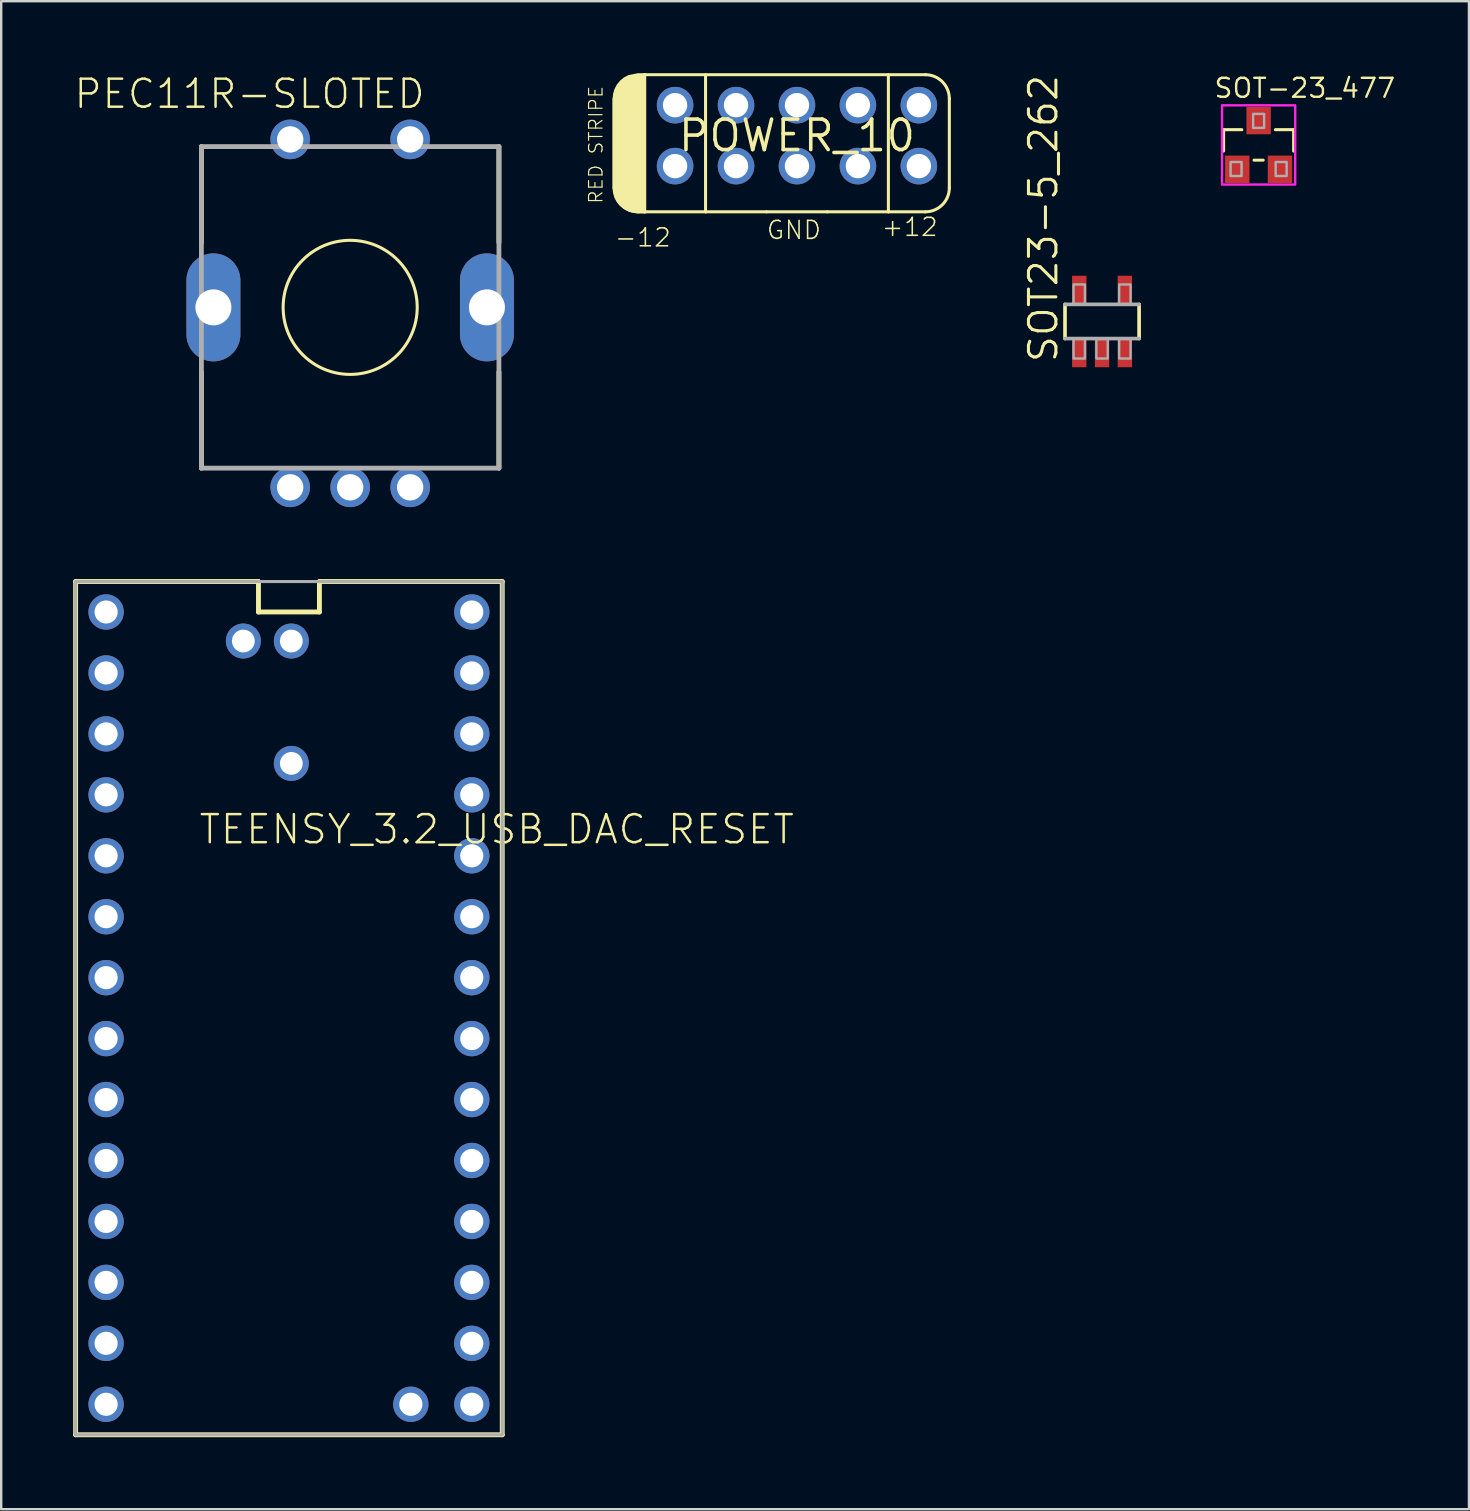
<source format=kicad_pcb>
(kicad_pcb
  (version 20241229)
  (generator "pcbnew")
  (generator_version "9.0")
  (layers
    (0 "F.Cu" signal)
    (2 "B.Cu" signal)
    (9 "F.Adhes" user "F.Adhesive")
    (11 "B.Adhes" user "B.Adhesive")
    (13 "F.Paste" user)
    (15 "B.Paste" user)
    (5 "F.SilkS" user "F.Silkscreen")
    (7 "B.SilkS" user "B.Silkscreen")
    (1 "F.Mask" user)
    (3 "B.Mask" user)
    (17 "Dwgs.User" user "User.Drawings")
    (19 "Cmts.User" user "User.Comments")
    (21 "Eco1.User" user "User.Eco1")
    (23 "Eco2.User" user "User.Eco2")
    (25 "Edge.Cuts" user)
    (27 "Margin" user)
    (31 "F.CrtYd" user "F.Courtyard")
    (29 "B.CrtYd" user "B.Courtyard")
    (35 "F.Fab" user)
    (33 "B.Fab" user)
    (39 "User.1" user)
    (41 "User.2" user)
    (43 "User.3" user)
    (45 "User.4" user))
  (footprint "SOT23-5_262"
    (layer "F.Cu")
    (at 42.88 10.349)
    (property "Reference" "SOT23-5_262" (at -1.778 1.778 90) (unlocked yes) (layer "F.SilkS") (effects (font (size 1.143 1.143) (thickness 0.127)) (justify left bottom)))
    (fp_line (start -1.544 0.712) (end -1.544 -0.713) (stroke (width 0.152) (type solid)) (layer "F.SilkS"))
    (fp_line (start 1.544 -0.713) (end 1.544 0.712) (stroke (width 0.152) (type solid)) (layer "F.SilkS"))
    (fp_line (start -1.544 -0.713) (end 1.544 -0.713) (stroke (width 0.152) (type solid)) (layer "F.Fab"))
    (fp_line (start 1.544 0.712) (end -1.544 0.712) (stroke (width 0.152) (type solid)) (layer "F.Fab"))
    (fp_poly (pts (xy -1.188 -0.713) (xy -0.713 -0.713) (xy -0.713 -1.544) (xy -1.188 -1.544)) (stroke (width 0.1) (type default)) (fill no) (layer "F.Fab"))
    (fp_poly (pts (xy -1.188 1.544) (xy -0.713 1.544) (xy -0.713 0.712) (xy -1.188 0.712)) (stroke (width 0.1) (type default)) (fill no) (layer "F.Fab"))
    (fp_poly (pts (xy -0.237 1.544) (xy 0.237 1.544) (xy 0.237 0.712) (xy -0.237 0.712)) (stroke (width 0.1) (type default)) (fill no) (layer "F.Fab"))
    (fp_poly (pts (xy 0.713 -0.713) (xy 1.188 -0.713) (xy 1.188 -1.544) (xy 0.713 -1.544)) (stroke (width 0.1) (type default)) (fill no) (layer "F.Fab"))
    (fp_poly (pts (xy 0.713 1.544) (xy 1.188 1.544) (xy 1.188 0.712) (xy 0.713 0.712)) (stroke (width 0.1) (type default)) (fill no) (layer "F.Fab"))
    (pad "1" smd rect (at -0.95 1.306) (size 0.6 1.2) (layers "F.Cu" "F.Mask" "F.Paste"))
    (pad "2" smd rect (at 0 1.306) (size 0.6 1.2) (layers "F.Cu" "F.Mask" "F.Paste"))
    (pad "3" smd rect (at 0.95 1.306) (size 0.6 1.2) (layers "F.Cu" "F.Mask" "F.Paste"))
    (pad "4" smd rect (at 0.95 -1.306) (size 0.6 1.2) (layers "F.Cu" "F.Mask" "F.Paste"))
    (pad "5" smd rect (at -0.95 -1.306) (size 0.6 1.2) (layers "F.Cu" "F.Mask" "F.Paste")))
  (footprint "POWER_10"
    (layer "F.Cu")
    (at 30.165 2.603)
    (property "Reference" "POWER_10" (at 0 0 0) (layer "F.SilkS") (effects (font (size 1.27 1.27) (thickness 0.15))))
    (fp_line (start -7.62 -1.54) (end -7.62 2.175) (stroke (width 0.127) (type solid)) (layer "F.SilkS"))
    (fp_line (start -6.62 3.175) (end -6.35 3.175) (stroke (width 0.127) (type solid)) (layer "F.SilkS"))
    (fp_line (start -6.35 -2.54) (end -6.35 3.175) (stroke (width 0.127) (type solid)) (layer "F.SilkS"))
    (fp_line (start -6.35 -2.54) (end 5.35 -2.54) (stroke (width 0.127) (type solid)) (layer "F.SilkS"))
    (fp_line (start -6.35 3.175) (end -3.81 3.175) (stroke (width 0.127) (type solid)) (layer "F.SilkS"))
    (fp_line (start -3.81 -2.54) (end -3.81 3.175) (stroke (width 0.127) (type solid)) (layer "F.SilkS"))
    (fp_line (start -3.81 3.175) (end -1.27 3.175) (stroke (width 0.127) (type solid)) (layer "F.SilkS"))
    (fp_line (start -1.27 3.175) (end 1.27 3.175) (stroke (width 0.127) (type solid)) (layer "F.SilkS"))
    (fp_line (start 1.27 3.175) (end 3.81 3.175) (stroke (width 0.127) (type solid)) (layer "F.SilkS"))
    (fp_line (start 3.81 3.175) (end 3.81 -2.54) (stroke (width 0.127) (type solid)) (layer "F.SilkS"))
    (fp_line (start 5.35 3.175) (end 3.81 3.175) (stroke (width 0.127) (type solid)) (layer "F.SilkS"))
    (fp_line (start 6.35 -1.54) (end 6.35 2.175) (stroke (width 0.127) (type solid)) (layer "F.SilkS"))
    (fp_arc (start -6.62 3.175) (mid -7.327107 2.882107) (end -7.62 2.175) (stroke (width 0.127) (type solid)) (layer "F.SilkS"))
    (fp_arc (start 5.35 -2.54) (mid 6.057107 -2.247107) (end 6.35 -1.54) (stroke (width 0.127) (type solid)) (layer "F.SilkS"))
    (fp_arc (start 6.35 2.175) (mid 6.057107 2.882107) (end 5.35 3.175) (stroke (width 0.127) (type solid)) (layer "F.SilkS"))
    (fp_poly (pts (xy -6.287 3.239) (xy -6.623 3.239) (xy -6.828 3.218) (xy -7.027 3.158) (xy -7.211 3.06) (xy -7.372 2.927) (xy -7.505 2.766) (xy -7.604 2.579) (xy -7.684 2.181) (xy -7.684 -1.543) (xy -7.663 -1.748) (xy -7.603 -1.947) (xy -7.505 -2.131) (xy -7.372 -2.292) (xy -7.211 -2.425) (xy -7.024 -2.524) (xy -6.626 -2.603) (xy -6.287 -2.603)) (stroke (width 0) (type default)) (fill yes) (layer "F.SilkS"))
    (fp_text user "-12" (at -5.207 3.81 0) (unlocked yes) (layer "F.SilkS") (effects (font (size 0.748 0.748) (thickness 0.065)) (justify right top)))
    (fp_text user "GND" (at -0.127 3.937 0) (unlocked yes) (layer "F.SilkS") (effects (font (size 0.748 0.748) (thickness 0.065))))
    (fp_text user "+12" (at 4.699 3.81 0) (unlocked yes) (layer "F.SilkS") (effects (font (size 0.748 0.748) (thickness 0.065))))
    (fp_text user "RED STRIPE" (at -8.382 0.381 90) (unlocked yes) (layer "F.SilkS") (effects (font (size 0.561 0.561) (thickness 0.049))))
    (pad "1" thru_hole circle (at -5.08 1.27) (size 1.524 1.524) (drill 1.016) (layers "*.Cu" "*.Mask"))
    (pad "2" thru_hole circle (at -5.08 -1.27) (size 1.524 1.524) (drill 1.016) (layers "*.Cu" "*.Mask"))
    (pad "3" thru_hole circle (at -2.54 1.27) (size 1.524 1.524) (drill 1.016) (layers "*.Cu" "*.Mask"))
    (pad "4" thru_hole circle (at -2.54 -1.27) (size 1.524 1.524) (drill 1.016) (layers "*.Cu" "*.Mask"))
    (pad "5" thru_hole circle (at 0 1.27) (size 1.524 1.524) (drill 1.016) (layers "*.Cu" "*.Mask"))
    (pad "6" thru_hole circle (at 0 -1.27) (size 1.524 1.524) (drill 1.016) (layers "*.Cu" "*.Mask"))
    (pad "7" thru_hole circle (at 2.54 1.27) (size 1.524 1.524) (drill 1.016) (layers "*.Cu" "*.Mask"))
    (pad "8" thru_hole circle (at 2.54 -1.27) (size 1.524 1.524) (drill 1.016) (layers "*.Cu" "*.Mask"))
    (pad "9" thru_hole circle (at 5.08 1.27) (size 1.524 1.524) (drill 1.016) (layers "*.Cu" "*.Mask"))
    (pad "10" thru_hole circle (at 5.08 -1.27) (size 1.524 1.524) (drill 1.016) (layers "*.Cu" "*.Mask")))
  (footprint "TEENSY_3.2_USB_DAC_RESET"
    (layer "F.Cu")
    (at 8.992 38.966)
    (property "Reference" "TEENSY_3.2_USB_DAC_RESET" (at -3.81 -6.77 0) (unlocked yes) (layer "F.SilkS") (effects (font (size 1.168 1.168) (thickness 0.102)) (justify left bottom)))
    (fp_line (start -8.89 -17.78) (end -1.27 -17.78) (stroke (width 0.203) (type solid)) (layer "F.SilkS"))
    (fp_line (start -8.89 17.78) (end -8.89 -17.78) (stroke (width 0.203) (type solid)) (layer "F.SilkS"))
    (fp_line (start -1.27 -17.78) (end -1.27 -16.51) (stroke (width 0.203) (type solid)) (layer "F.SilkS"))
    (fp_line (start -1.27 -16.51) (end 1.27 -16.51) (stroke (width 0.203) (type solid)) (layer "F.SilkS"))
    (fp_line (start 1.27 -17.78) (end 8.89 -17.78) (stroke (width 0.203) (type solid)) (layer "F.SilkS"))
    (fp_line (start 1.27 -16.51) (end 1.27 -17.78) (stroke (width 0.203) (type solid)) (layer "F.SilkS"))
    (fp_line (start 8.89 -17.78) (end 8.89 17.78) (stroke (width 0.203) (type solid)) (layer "F.SilkS"))
    (fp_line (start 8.89 17.78) (end -8.89 17.78) (stroke (width 0.203) (type solid)) (layer "F.SilkS"))
    (fp_line (start -8.89 -17.78) (end 8.89 -17.78) (stroke (width 0.127) (type solid)) (layer "F.Fab"))
    (fp_line (start -8.89 17.78) (end -8.89 -17.78) (stroke (width 0.127) (type solid)) (layer "F.Fab"))
    (fp_line (start 8.89 -17.78) (end 8.89 17.78) (stroke (width 0.127) (type solid)) (layer "F.Fab"))
    (fp_line (start 8.89 17.78) (end -8.89 17.78) (stroke (width 0.127) (type solid)) (layer "F.Fab"))
    (pad "0" thru_hole circle (at -7.62 -13.97) (size 1.473 1.473) (drill 0.965) (layers "*.Cu" "*.Mask"))
    (pad "1" thru_hole circle (at -7.62 -11.43) (size 1.473 1.473) (drill 0.965) (layers "*.Cu" "*.Mask"))
    (pad "2" thru_hole circle (at -7.62 -8.89) (size 1.473 1.473) (drill 0.965) (layers "*.Cu" "*.Mask"))
    (pad "3" thru_hole circle (at -7.62 -6.35) (size 1.473 1.473) (drill 0.965) (layers "*.Cu" "*.Mask"))
    (pad "3.3V" thru_hole circle (at 7.62 -11.43) (size 1.473 1.473) (drill 0.965) (layers "*.Cu" "*.Mask"))
    (pad "4" thru_hole circle (at -7.62 -3.81) (size 1.473 1.473) (drill 0.965) (layers "*.Cu" "*.Mask"))
    (pad "5" thru_hole circle (at -7.62 -1.27) (size 1.473 1.473) (drill 0.965) (layers "*.Cu" "*.Mask"))
    (pad "6" thru_hole circle (at -7.62 1.27) (size 1.473 1.473) (drill 0.965) (layers "*.Cu" "*.Mask"))
    (pad "7" thru_hole circle (at -7.62 3.81) (size 1.473 1.473) (drill 0.965) (layers "*.Cu" "*.Mask"))
    (pad "8" thru_hole circle (at -7.62 6.35) (size 1.473 1.473) (drill 0.965) (layers "*.Cu" "*.Mask"))
    (pad "9" thru_hole circle (at -7.62 8.89) (size 1.473 1.473) (drill 0.965) (layers "*.Cu" "*.Mask"))
    (pad "10" thru_hole circle (at -7.62 11.43) (size 1.473 1.473) (drill 0.965) (layers "*.Cu" "*.Mask"))
    (pad "11" thru_hole circle (at -7.62 13.97) (size 1.473 1.473) (drill 0.965) (layers "*.Cu" "*.Mask"))
    (pad "12" thru_hole circle (at -7.62 16.51) (size 1.473 1.473) (drill 0.965) (layers "*.Cu" "*.Mask"))
    (pad "13" thru_hole circle (at 7.62 16.51) (size 1.473 1.473) (drill 0.965) (layers "*.Cu" "*.Mask"))
    (pad "14/A0" thru_hole circle (at 7.62 13.97) (size 1.473 1.473) (drill 0.965) (layers "*.Cu" "*.Mask"))
    (pad "15/A1" thru_hole circle (at 7.62 11.43) (size 1.473 1.473) (drill 0.965) (layers "*.Cu" "*.Mask"))
    (pad "16/A2" thru_hole circle (at 7.62 8.89) (size 1.473 1.473) (drill 0.965) (layers "*.Cu" "*.Mask"))
    (pad "17/A3" thru_hole circle (at 7.62 6.35) (size 1.473 1.473) (drill 0.965) (layers "*.Cu" "*.Mask"))
    (pad "18/A4" thru_hole circle (at 7.62 3.81) (size 1.473 1.473) (drill 0.965) (layers "*.Cu" "*.Mask"))
    (pad "19/A5" thru_hole circle (at 7.62 1.27) (size 1.473 1.473) (drill 0.965) (layers "*.Cu" "*.Mask"))
    (pad "20/A6" thru_hole circle (at 7.62 -1.27) (size 1.473 1.473) (drill 0.965) (layers "*.Cu" "*.Mask"))
    (pad "21/A7" thru_hole circle (at 7.62 -3.81) (size 1.473 1.473) (drill 0.965) (layers "*.Cu" "*.Mask"))
    (pad "22/A8" thru_hole circle (at 7.62 -6.35) (size 1.473 1.473) (drill 0.965) (layers "*.Cu" "*.Mask"))
    (pad "23/A9" thru_hole circle (at 7.62 -8.89) (size 1.473 1.473) (drill 0.965) (layers "*.Cu" "*.Mask"))
    (pad "AGND" thru_hole circle (at 7.62 -13.97) (size 1.473 1.473) (drill 0.965) (layers "*.Cu" "*.Mask"))
    (pad "D+" thru_hole circle (at -1.9 -15.3) (size 1.458 1.458) (drill 0.95) (layers "*.Cu" "*.Mask"))
    (pad "D-" thru_hole circle (at 0.1 -15.3) (size 1.458 1.458) (drill 0.95) (layers "*.Cu" "*.Mask"))
    (pad "GND" thru_hole circle (at -7.62 -16.51) (size 1.473 1.473) (drill 0.965) (layers "*.Cu" "*.Mask"))
    (pad "RESET/DAC" thru_hole circle (at 5.08 16.51) (size 1.473 1.473) (drill 0.965) (layers "*.Cu" "*.Mask"))
    (pad "RESET_PAD" thru_hole circle (at 0.1 -10.2) (size 1.458 1.458) (drill 0.95) (layers "*.Cu" "*.Mask"))
    (pad "VIN" thru_hole circle (at 7.62 -16.51) (size 1.473 1.473) (drill 0.965) (layers "*.Cu" "*.Mask")))
  (footprint "SOT-23_477"
    (layer "F.Cu")
    (at 49.405 2.99)
    (property "Reference" "SOT-23_477" (at -1.905 -1.905 0) (unlocked yes) (layer "F.SilkS") (effects (font (size 0.791 0.791) (thickness 0.098)) (justify left bottom)))
    (fp_line (start -1.46 -0.635) (end -1.46 0.254) (stroke (width 0.127) (type solid)) (layer "F.SilkS"))
    (fp_line (start -0.699 -0.635) (end -1.46 -0.635) (stroke (width 0.127) (type solid)) (layer "F.SilkS"))
    (fp_line (start -0.191 0.635) (end 0.191 0.635) (stroke (width 0.127) (type solid)) (layer "F.SilkS"))
    (fp_line (start 1.46 -0.635) (end 0.699 -0.635) (stroke (width 0.127) (type solid)) (layer "F.SilkS"))
    (fp_line (start 1.46 0.254) (end 1.46 -0.635) (stroke (width 0.127) (type solid)) (layer "F.SilkS"))
    (fp_poly (pts (xy -1.524 1.651) (xy 1.524 1.651) (xy 1.524 -1.651) (xy -1.524 -1.651)) (stroke (width 0.1) (type default)) (fill no) (layer "F.CrtYd"))
    (fp_poly (pts (xy -1.168 1.295) (xy -0.711 1.295) (xy -0.711 0.711) (xy -1.168 0.711)) (stroke (width 0.1) (type default)) (fill no) (layer "F.Fab"))
    (fp_poly (pts (xy -0.229 -0.711) (xy 0.229 -0.711) (xy 0.229 -1.295) (xy -0.229 -1.295)) (stroke (width 0.1) (type default)) (fill no) (layer "F.Fab"))
    (fp_poly (pts (xy 0.711 1.295) (xy 1.168 1.295) (xy 1.168 0.711) (xy 0.711 0.711)) (stroke (width 0.1) (type default)) (fill no) (layer "F.Fab"))
    (pad "1" smd rect (at -0.889 1.016 180) (size 1.016 1.143) (layers "F.Cu" "F.Mask" "F.Paste"))
    (pad "2" smd rect (at 0.889 1.016) (size 1.016 1.143) (layers "F.Cu" "F.Mask" "F.Paste"))
    (pad "3" smd rect (at 0 -1.016) (size 1.016 1.143) (layers "F.Cu" "F.Mask" "F.Paste")))
  (footprint "PEC11R-SLOTED"
    (layer "F.Cu")
    (at 11.544 9.76)
    (property "Reference" "PEC11R-SLOTED" (at -4.192 -8.898 0) (unlocked yes) (layer "F.SilkS") (effects (font (size 1.168 1.168) (thickness 0.102))))
    (fp_line (start -6.2 -6.7) (end -6.2 -2.7) (stroke (width 0.2) (type solid)) (layer "F.SilkS"))
    (fp_line (start -6.2 6.7) (end -6.2 2.7) (stroke (width 0.2) (type solid)) (layer "F.SilkS"))
    (fp_line (start 6.2 -6.7) (end 6.2 -2.7) (stroke (width 0.2) (type solid)) (layer "F.SilkS"))
    (fp_line (start 6.2 6.7) (end 6.2 2.7) (stroke (width 0.2) (type solid)) (layer "F.SilkS"))
    (fp_circle (center 0 0) (end 2.794 0) (stroke (width 0.127) (type solid)) (fill no) (layer "F.SilkS"))
    (fp_line (start -6.2 -6.7) (end 6.2 -6.7) (stroke (width 0.2) (type solid)) (layer "F.Fab"))
    (fp_line (start -6.2 6.7) (end -6.2 -6.7) (stroke (width 0.2) (type solid)) (layer "F.Fab"))
    (fp_line (start 6.2 -6.7) (end 6.2 6.7) (stroke (width 0.2) (type solid)) (layer "F.Fab"))
    (fp_line (start 6.2 6.7) (end -6.2 6.7) (stroke (width 0.2) (type solid)) (layer "F.Fab"))
    (pad "A" thru_hole circle (at -2.5 7.5) (size 1.65 1.65) (drill 1.1) (layers "*.Cu" "*.Mask"))
    (pad "B" thru_hole circle (at 2.5 7.5) (size 1.65 1.65) (drill 1.1) (layers "*.Cu" "*.Mask"))
    (pad "C" thru_hole circle (at 0 7.5) (size 1.65 1.65) (drill 1.1) (layers "*.Cu" "*.Mask"))
    (pad "SH1" thru_hole oval (at -5.7 0 90) (size 4.5 2.25) (drill 1.5) (layers "*.Cu" "*.Mask"))
    (pad "SH2" thru_hole oval (at 5.7 0 90) (size 4.5 2.25) (drill 1.5) (layers "*.Cu" "*.Mask"))
    (pad "SW1" thru_hole circle (at -2.5 -7) (size 1.65 1.65) (drill 1.1) (layers "*.Cu" "*.Mask"))
    (pad "SW2" thru_hole circle (at 2.5 -7) (size 1.65 1.65) (drill 1.1) (layers "*.Cu" "*.Mask")))
  (gr_rect
    (start -3 -3)
    (end 58.171 59.848)
    (stroke (width 0.1) (type default))
    (fill no)
    (layer "Edge.Cuts")))
</source>
